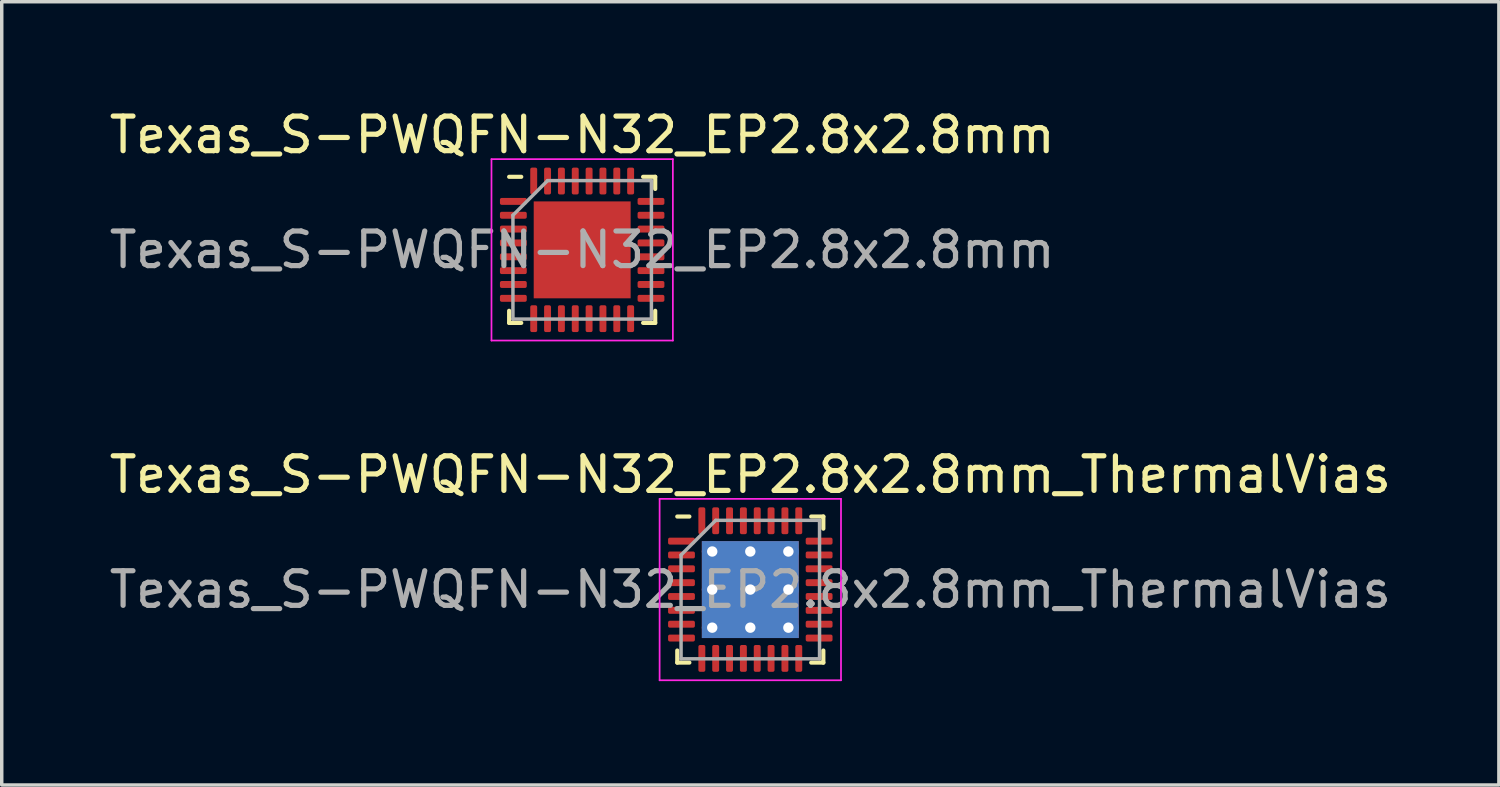
<source format=kicad_pcb>
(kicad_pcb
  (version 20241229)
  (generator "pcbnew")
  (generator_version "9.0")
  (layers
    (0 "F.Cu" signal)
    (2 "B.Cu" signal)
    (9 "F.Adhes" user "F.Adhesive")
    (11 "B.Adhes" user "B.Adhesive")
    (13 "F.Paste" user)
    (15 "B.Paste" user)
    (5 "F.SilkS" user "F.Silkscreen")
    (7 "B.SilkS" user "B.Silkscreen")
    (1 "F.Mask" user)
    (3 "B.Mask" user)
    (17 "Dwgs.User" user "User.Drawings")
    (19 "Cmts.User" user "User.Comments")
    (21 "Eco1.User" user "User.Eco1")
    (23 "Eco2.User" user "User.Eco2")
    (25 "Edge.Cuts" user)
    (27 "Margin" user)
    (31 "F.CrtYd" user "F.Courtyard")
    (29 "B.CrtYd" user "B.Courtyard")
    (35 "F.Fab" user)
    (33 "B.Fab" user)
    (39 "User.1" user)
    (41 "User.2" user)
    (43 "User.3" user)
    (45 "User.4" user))
  (footprint "Texas_S-PWQFN-N32_EP2.8x2.8mm"
    (layer "F.Cu")
    (at 13.768 4.168)
    (property "Reference" "Texas_S-PWQFN-N32_EP2.8x2.8mm" (at 0 -3.32 0) (layer "F.SilkS") (effects (font (size 1 1) (thickness 0.15))))
    (attr smd)
    (fp_line (start -2.11 2.11) (end -2.11 1.76) (stroke (width 0.12) (type solid)) (layer "F.SilkS"))
    (fp_line (start -1.76 -2.11) (end -2.11 -2.11) (stroke (width 0.12) (type solid)) (layer "F.SilkS"))
    (fp_line (start -1.76 2.11) (end -2.11 2.11) (stroke (width 0.12) (type solid)) (layer "F.SilkS"))
    (fp_line (start 1.76 -2.11) (end 2.11 -2.11) (stroke (width 0.12) (type solid)) (layer "F.SilkS"))
    (fp_line (start 1.76 2.11) (end 2.11 2.11) (stroke (width 0.12) (type solid)) (layer "F.SilkS"))
    (fp_line (start 2.11 -2.11) (end 2.11 -1.76) (stroke (width 0.12) (type solid)) (layer "F.SilkS"))
    (fp_line (start 2.11 2.11) (end 2.11 1.76) (stroke (width 0.12) (type solid)) (layer "F.SilkS"))
    (fp_line (start -2.62 -2.62) (end -2.62 2.62) (stroke (width 0.05) (type solid)) (layer "F.CrtYd"))
    (fp_line (start -2.62 2.62) (end 2.62 2.62) (stroke (width 0.05) (type solid)) (layer "F.CrtYd"))
    (fp_line (start 2.62 -2.62) (end -2.62 -2.62) (stroke (width 0.05) (type solid)) (layer "F.CrtYd"))
    (fp_line (start 2.62 2.62) (end 2.62 -2.62) (stroke (width 0.05) (type solid)) (layer "F.CrtYd"))
    (fp_line (start -2 -1) (end -1 -2) (stroke (width 0.1) (type solid)) (layer "F.Fab"))
    (fp_line (start -2 2) (end -2 -1) (stroke (width 0.1) (type solid)) (layer "F.Fab"))
    (fp_line (start -1 -2) (end 2 -2) (stroke (width 0.1) (type solid)) (layer "F.Fab"))
    (fp_line (start 2 -2) (end 2 2) (stroke (width 0.1) (type solid)) (layer "F.Fab"))
    (fp_line (start 2 2) (end -2 2) (stroke (width 0.1) (type solid)) (layer "F.Fab"))
    (fp_text user "${REFERENCE}" (at 0 0 0) (layer "F.Fab") (effects (font (size 1 1) (thickness 0.15))))
    (pad "" smd roundrect (at -0.7 -0.7) (size 1.13 1.13) (layers "F.Paste") (roundrect_rratio 0.221))
    (pad "" smd roundrect (at -0.7 0.7) (size 1.13 1.13) (layers "F.Paste") (roundrect_rratio 0.221))
    (pad "" smd roundrect (at 0.7 -0.7) (size 1.13 1.13) (layers "F.Paste") (roundrect_rratio 0.221))
    (pad "" smd roundrect (at 0.7 0.7) (size 1.13 1.13) (layers "F.Paste") (roundrect_rratio 0.221))
    (pad "1" smd roundrect (at -1.988 -1.4) (size 0.775 0.2) (layers "F.Cu" "F.Mask" "F.Paste") (roundrect_rratio 0.25))
    (pad "2" smd roundrect (at -1.988 -1) (size 0.775 0.2) (layers "F.Cu" "F.Mask" "F.Paste") (roundrect_rratio 0.25))
    (pad "3" smd roundrect (at -1.988 -0.6) (size 0.775 0.2) (layers "F.Cu" "F.Mask" "F.Paste") (roundrect_rratio 0.25))
    (pad "4" smd roundrect (at -1.988 -0.2) (size 0.775 0.2) (layers "F.Cu" "F.Mask" "F.Paste") (roundrect_rratio 0.25))
    (pad "5" smd roundrect (at -1.988 0.2) (size 0.775 0.2) (layers "F.Cu" "F.Mask" "F.Paste") (roundrect_rratio 0.25))
    (pad "6" smd roundrect (at -1.988 0.6) (size 0.775 0.2) (layers "F.Cu" "F.Mask" "F.Paste") (roundrect_rratio 0.25))
    (pad "7" smd roundrect (at -1.988 1) (size 0.775 0.2) (layers "F.Cu" "F.Mask" "F.Paste") (roundrect_rratio 0.25))
    (pad "8" smd roundrect (at -1.988 1.4) (size 0.775 0.2) (layers "F.Cu" "F.Mask" "F.Paste") (roundrect_rratio 0.25))
    (pad "9" smd roundrect (at -1.4 1.988) (size 0.2 0.775) (layers "F.Cu" "F.Mask" "F.Paste") (roundrect_rratio 0.25))
    (pad "10" smd roundrect (at -1 1.988) (size 0.2 0.775) (layers "F.Cu" "F.Mask" "F.Paste") (roundrect_rratio 0.25))
    (pad "11" smd roundrect (at -0.6 1.988) (size 0.2 0.775) (layers "F.Cu" "F.Mask" "F.Paste") (roundrect_rratio 0.25))
    (pad "12" smd roundrect (at -0.2 1.988) (size 0.2 0.775) (layers "F.Cu" "F.Mask" "F.Paste") (roundrect_rratio 0.25))
    (pad "13" smd roundrect (at 0.2 1.988) (size 0.2 0.775) (layers "F.Cu" "F.Mask" "F.Paste") (roundrect_rratio 0.25))
    (pad "14" smd roundrect (at 0.6 1.988) (size 0.2 0.775) (layers "F.Cu" "F.Mask" "F.Paste") (roundrect_rratio 0.25))
    (pad "15" smd roundrect (at 1 1.988) (size 0.2 0.775) (layers "F.Cu" "F.Mask" "F.Paste") (roundrect_rratio 0.25))
    (pad "16" smd roundrect (at 1.4 1.988) (size 0.2 0.775) (layers "F.Cu" "F.Mask" "F.Paste") (roundrect_rratio 0.25))
    (pad "17" smd roundrect (at 1.988 1.4) (size 0.775 0.2) (layers "F.Cu" "F.Mask" "F.Paste") (roundrect_rratio 0.25))
    (pad "18" smd roundrect (at 1.988 1) (size 0.775 0.2) (layers "F.Cu" "F.Mask" "F.Paste") (roundrect_rratio 0.25))
    (pad "19" smd roundrect (at 1.988 0.6) (size 0.775 0.2) (layers "F.Cu" "F.Mask" "F.Paste") (roundrect_rratio 0.25))
    (pad "20" smd roundrect (at 1.988 0.2) (size 0.775 0.2) (layers "F.Cu" "F.Mask" "F.Paste") (roundrect_rratio 0.25))
    (pad "21" smd roundrect (at 1.988 -0.2) (size 0.775 0.2) (layers "F.Cu" "F.Mask" "F.Paste") (roundrect_rratio 0.25))
    (pad "22" smd roundrect (at 1.988 -0.6) (size 0.775 0.2) (layers "F.Cu" "F.Mask" "F.Paste") (roundrect_rratio 0.25))
    (pad "23" smd roundrect (at 1.988 -1) (size 0.775 0.2) (layers "F.Cu" "F.Mask" "F.Paste") (roundrect_rratio 0.25))
    (pad "24" smd roundrect (at 1.988 -1.4) (size 0.775 0.2) (layers "F.Cu" "F.Mask" "F.Paste") (roundrect_rratio 0.25))
    (pad "25" smd roundrect (at 1.4 -1.988) (size 0.2 0.775) (layers "F.Cu" "F.Mask" "F.Paste") (roundrect_rratio 0.25))
    (pad "26" smd roundrect (at 1 -1.988) (size 0.2 0.775) (layers "F.Cu" "F.Mask" "F.Paste") (roundrect_rratio 0.25))
    (pad "27" smd roundrect (at 0.6 -1.988) (size 0.2 0.775) (layers "F.Cu" "F.Mask" "F.Paste") (roundrect_rratio 0.25))
    (pad "28" smd roundrect (at 0.2 -1.988) (size 0.2 0.775) (layers "F.Cu" "F.Mask" "F.Paste") (roundrect_rratio 0.25))
    (pad "29" smd roundrect (at -0.2 -1.988) (size 0.2 0.775) (layers "F.Cu" "F.Mask" "F.Paste") (roundrect_rratio 0.25))
    (pad "30" smd roundrect (at -0.6 -1.988) (size 0.2 0.775) (layers "F.Cu" "F.Mask" "F.Paste") (roundrect_rratio 0.25))
    (pad "31" smd roundrect (at -1 -1.988) (size 0.2 0.775) (layers "F.Cu" "F.Mask" "F.Paste") (roundrect_rratio 0.25))
    (pad "32" smd roundrect (at -1.4 -1.988) (size 0.2 0.775) (layers "F.Cu" "F.Mask" "F.Paste") (roundrect_rratio 0.25))
    (pad "33" smd rect (at 0 0) (size 2.8 2.8) (layers "F.Cu" "F.Mask")))
  (footprint "Texas_S-PWQFN-N32_EP2.8x2.8mm_ThermalVias"
    (layer "F.Cu")
    (at 18.625 13.982)
    (property "Reference" "Texas_S-PWQFN-N32_EP2.8x2.8mm_ThermalVias" (at 0 -3.32 0) (layer "F.SilkS") (effects (font (size 1 1) (thickness 0.15))))
    (attr smd)
    (fp_line (start -2.11 2.11) (end -2.11 1.76) (stroke (width 0.12) (type solid)) (layer "F.SilkS"))
    (fp_line (start -1.76 -2.11) (end -2.11 -2.11) (stroke (width 0.12) (type solid)) (layer "F.SilkS"))
    (fp_line (start -1.76 2.11) (end -2.11 2.11) (stroke (width 0.12) (type solid)) (layer "F.SilkS"))
    (fp_line (start 1.76 -2.11) (end 2.11 -2.11) (stroke (width 0.12) (type solid)) (layer "F.SilkS"))
    (fp_line (start 1.76 2.11) (end 2.11 2.11) (stroke (width 0.12) (type solid)) (layer "F.SilkS"))
    (fp_line (start 2.11 -2.11) (end 2.11 -1.76) (stroke (width 0.12) (type solid)) (layer "F.SilkS"))
    (fp_line (start 2.11 2.11) (end 2.11 1.76) (stroke (width 0.12) (type solid)) (layer "F.SilkS"))
    (fp_line (start -2.62 -2.62) (end -2.62 2.62) (stroke (width 0.05) (type solid)) (layer "F.CrtYd"))
    (fp_line (start -2.62 2.62) (end 2.62 2.62) (stroke (width 0.05) (type solid)) (layer "F.CrtYd"))
    (fp_line (start 2.62 -2.62) (end -2.62 -2.62) (stroke (width 0.05) (type solid)) (layer "F.CrtYd"))
    (fp_line (start 2.62 2.62) (end 2.62 -2.62) (stroke (width 0.05) (type solid)) (layer "F.CrtYd"))
    (fp_line (start -2 -1) (end -1 -2) (stroke (width 0.1) (type solid)) (layer "F.Fab"))
    (fp_line (start -2 2) (end -2 -1) (stroke (width 0.1) (type solid)) (layer "F.Fab"))
    (fp_line (start -1 -2) (end 2 -2) (stroke (width 0.1) (type solid)) (layer "F.Fab"))
    (fp_line (start 2 -2) (end 2 2) (stroke (width 0.1) (type solid)) (layer "F.Fab"))
    (fp_line (start 2 2) (end -2 2) (stroke (width 0.1) (type solid)) (layer "F.Fab"))
    (fp_text user "${REFERENCE}" (at 0 0 0) (layer "F.Fab") (effects (font (size 1 1) (thickness 0.15))))
    (pad "" smd roundrect (at -0.7 -0.7) (size 1.17 1.17) (layers "F.Paste") (roundrect_rratio 0.214))
    (pad "" smd roundrect (at -0.7 0.7) (size 1.17 1.17) (layers "F.Paste") (roundrect_rratio 0.214))
    (pad "" smd roundrect (at 0.7 -0.7) (size 1.17 1.17) (layers "F.Paste") (roundrect_rratio 0.214))
    (pad "" smd roundrect (at 0.7 0.7) (size 1.17 1.17) (layers "F.Paste") (roundrect_rratio 0.214))
    (pad "1" smd roundrect (at -1.988 -1.4) (size 0.775 0.2) (layers "F.Cu" "F.Mask" "F.Paste") (roundrect_rratio 0.25))
    (pad "2" smd roundrect (at -1.988 -1) (size 0.775 0.2) (layers "F.Cu" "F.Mask" "F.Paste") (roundrect_rratio 0.25))
    (pad "3" smd roundrect (at -1.988 -0.6) (size 0.775 0.2) (layers "F.Cu" "F.Mask" "F.Paste") (roundrect_rratio 0.25))
    (pad "4" smd roundrect (at -1.988 -0.2) (size 0.775 0.2) (layers "F.Cu" "F.Mask" "F.Paste") (roundrect_rratio 0.25))
    (pad "5" smd roundrect (at -1.988 0.2) (size 0.775 0.2) (layers "F.Cu" "F.Mask" "F.Paste") (roundrect_rratio 0.25))
    (pad "6" smd roundrect (at -1.988 0.6) (size 0.775 0.2) (layers "F.Cu" "F.Mask" "F.Paste") (roundrect_rratio 0.25))
    (pad "7" smd roundrect (at -1.988 1) (size 0.775 0.2) (layers "F.Cu" "F.Mask" "F.Paste") (roundrect_rratio 0.25))
    (pad "8" smd roundrect (at -1.988 1.4) (size 0.775 0.2) (layers "F.Cu" "F.Mask" "F.Paste") (roundrect_rratio 0.25))
    (pad "9" smd roundrect (at -1.4 1.988) (size 0.2 0.775) (layers "F.Cu" "F.Mask" "F.Paste") (roundrect_rratio 0.25))
    (pad "10" smd roundrect (at -1 1.988) (size 0.2 0.775) (layers "F.Cu" "F.Mask" "F.Paste") (roundrect_rratio 0.25))
    (pad "11" smd roundrect (at -0.6 1.988) (size 0.2 0.775) (layers "F.Cu" "F.Mask" "F.Paste") (roundrect_rratio 0.25))
    (pad "12" smd roundrect (at -0.2 1.988) (size 0.2 0.775) (layers "F.Cu" "F.Mask" "F.Paste") (roundrect_rratio 0.25))
    (pad "13" smd roundrect (at 0.2 1.988) (size 0.2 0.775) (layers "F.Cu" "F.Mask" "F.Paste") (roundrect_rratio 0.25))
    (pad "14" smd roundrect (at 0.6 1.988) (size 0.2 0.775) (layers "F.Cu" "F.Mask" "F.Paste") (roundrect_rratio 0.25))
    (pad "15" smd roundrect (at 1 1.988) (size 0.2 0.775) (layers "F.Cu" "F.Mask" "F.Paste") (roundrect_rratio 0.25))
    (pad "16" smd roundrect (at 1.4 1.988) (size 0.2 0.775) (layers "F.Cu" "F.Mask" "F.Paste") (roundrect_rratio 0.25))
    (pad "17" smd roundrect (at 1.988 1.4) (size 0.775 0.2) (layers "F.Cu" "F.Mask" "F.Paste") (roundrect_rratio 0.25))
    (pad "18" smd roundrect (at 1.988 1) (size 0.775 0.2) (layers "F.Cu" "F.Mask" "F.Paste") (roundrect_rratio 0.25))
    (pad "19" smd roundrect (at 1.988 0.6) (size 0.775 0.2) (layers "F.Cu" "F.Mask" "F.Paste") (roundrect_rratio 0.25))
    (pad "20" smd roundrect (at 1.988 0.2) (size 0.775 0.2) (layers "F.Cu" "F.Mask" "F.Paste") (roundrect_rratio 0.25))
    (pad "21" smd roundrect (at 1.988 -0.2) (size 0.775 0.2) (layers "F.Cu" "F.Mask" "F.Paste") (roundrect_rratio 0.25))
    (pad "22" smd roundrect (at 1.988 -0.6) (size 0.775 0.2) (layers "F.Cu" "F.Mask" "F.Paste") (roundrect_rratio 0.25))
    (pad "23" smd roundrect (at 1.988 -1) (size 0.775 0.2) (layers "F.Cu" "F.Mask" "F.Paste") (roundrect_rratio 0.25))
    (pad "24" smd roundrect (at 1.988 -1.4) (size 0.775 0.2) (layers "F.Cu" "F.Mask" "F.Paste") (roundrect_rratio 0.25))
    (pad "25" smd roundrect (at 1.4 -1.988) (size 0.2 0.775) (layers "F.Cu" "F.Mask" "F.Paste") (roundrect_rratio 0.25))
    (pad "26" smd roundrect (at 1 -1.988) (size 0.2 0.775) (layers "F.Cu" "F.Mask" "F.Paste") (roundrect_rratio 0.25))
    (pad "27" smd roundrect (at 0.6 -1.988) (size 0.2 0.775) (layers "F.Cu" "F.Mask" "F.Paste") (roundrect_rratio 0.25))
    (pad "28" smd roundrect (at 0.2 -1.988) (size 0.2 0.775) (layers "F.Cu" "F.Mask" "F.Paste") (roundrect_rratio 0.25))
    (pad "29" smd roundrect (at -0.2 -1.988) (size 0.2 0.775) (layers "F.Cu" "F.Mask" "F.Paste") (roundrect_rratio 0.25))
    (pad "30" smd roundrect (at -0.6 -1.988) (size 0.2 0.775) (layers "F.Cu" "F.Mask" "F.Paste") (roundrect_rratio 0.25))
    (pad "31" smd roundrect (at -1 -1.988) (size 0.2 0.775) (layers "F.Cu" "F.Mask" "F.Paste") (roundrect_rratio 0.25))
    (pad "32" smd roundrect (at -1.4 -1.988) (size 0.2 0.775) (layers "F.Cu" "F.Mask" "F.Paste") (roundrect_rratio 0.25))
    (pad "33" thru_hole circle (at -1.1 -1.1) (size 0.6 0.6) (drill 0.3) (layers "*.Cu"))
    (pad "33" thru_hole circle (at -1.1 0) (size 0.6 0.6) (drill 0.3) (layers "*.Cu"))
    (pad "33" thru_hole circle (at -1.1 1.1) (size 0.6 0.6) (drill 0.3) (layers "*.Cu"))
    (pad "33" thru_hole circle (at 0 -1.1) (size 0.6 0.6) (drill 0.3) (layers "*.Cu"))
    (pad "33" thru_hole circle (at 0 0) (size 0.6 0.6) (drill 0.3) (layers "*.Cu"))
    (pad "33" smd rect (at 0 0) (size 2.8 2.8) (layers "F.Cu" "F.Mask"))
    (pad "33" smd rect (at 0 0) (size 2.8 2.8) (layers "B.Cu"))
    (pad "33" thru_hole circle (at 0 1.1) (size 0.6 0.6) (drill 0.3) (layers "*.Cu"))
    (pad "33" thru_hole circle (at 1.1 -1.1) (size 0.6 0.6) (drill 0.3) (layers "*.Cu"))
    (pad "33" thru_hole circle (at 1.1 0) (size 0.6 0.6) (drill 0.3) (layers "*.Cu"))
    (pad "33" thru_hole circle (at 1.1 1.1) (size 0.6 0.6) (drill 0.3) (layers "*.Cu")))
  (gr_rect
    (start -3 -3)
    (end 40.25 19.627)
    (stroke (width 0.1) (type default))
    (fill no)
    (layer "Edge.Cuts")))
</source>
